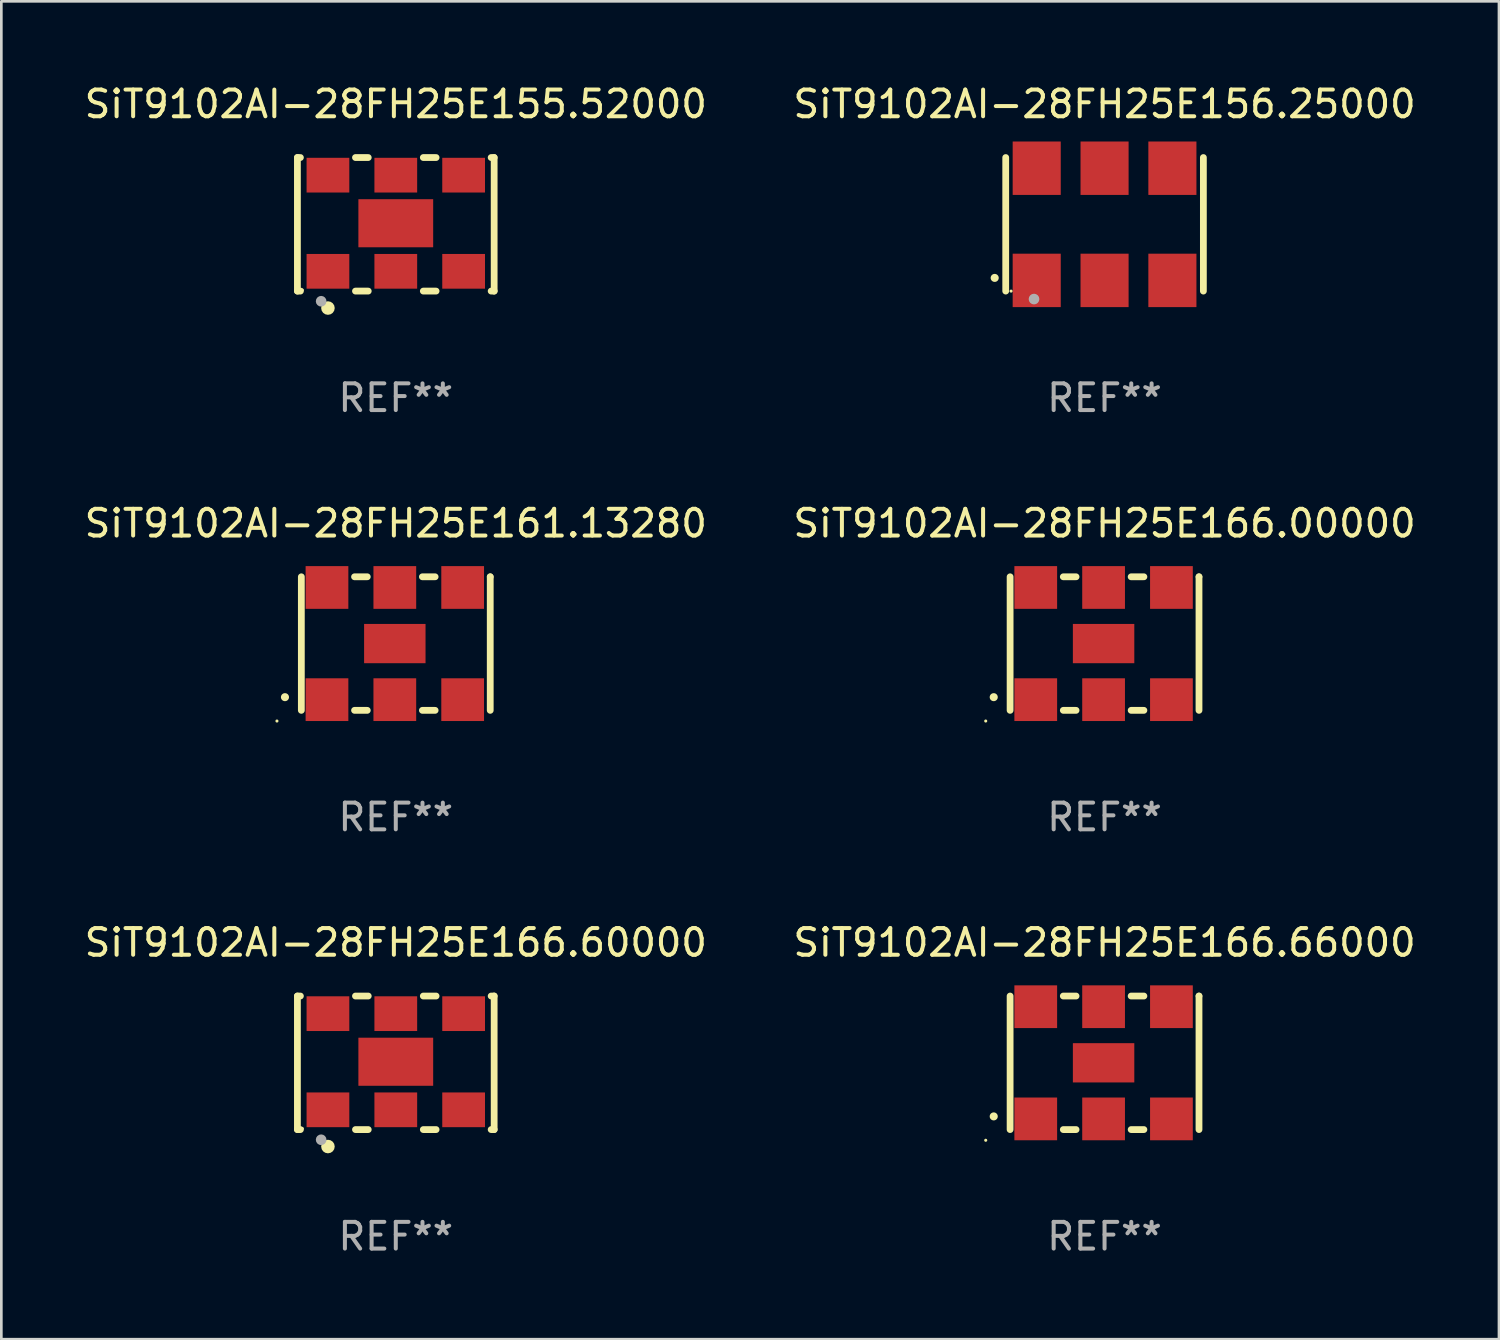
<source format=kicad_pcb>
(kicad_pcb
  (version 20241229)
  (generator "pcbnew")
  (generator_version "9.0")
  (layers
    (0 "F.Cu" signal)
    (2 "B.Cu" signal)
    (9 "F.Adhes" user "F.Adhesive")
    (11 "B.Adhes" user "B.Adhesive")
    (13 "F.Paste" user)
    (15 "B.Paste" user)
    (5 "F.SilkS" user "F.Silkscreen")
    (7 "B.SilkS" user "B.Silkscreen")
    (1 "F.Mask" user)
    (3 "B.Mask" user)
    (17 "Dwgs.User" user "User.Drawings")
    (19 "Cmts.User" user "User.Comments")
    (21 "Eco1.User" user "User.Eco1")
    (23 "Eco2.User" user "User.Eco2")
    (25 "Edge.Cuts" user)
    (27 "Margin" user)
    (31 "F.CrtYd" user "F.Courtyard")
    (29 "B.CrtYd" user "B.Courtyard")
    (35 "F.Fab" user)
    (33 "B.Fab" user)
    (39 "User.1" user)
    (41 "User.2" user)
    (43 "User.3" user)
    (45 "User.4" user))
  (footprint "SiT9102AI-28FH25E166.66000"
    (layer "F.Cu")
    (at 38.304 36.741)
    (property "Reference" "SiT9102AI-28FH25E166.66000" (at 0 -4.5 0) (layer "F.SilkS") (effects (font (size 1 1) (thickness 0.15))))
    (attr through_hole)
    (fp_line (start -3.536 -2.5) (end -3.536 2.5) (stroke (width 0.254) (type solid)) (layer "F.SilkS"))
    (fp_line (start -1.544 2.5) (end -1.067 2.5) (stroke (width 0.254) (type solid)) (layer "F.SilkS"))
    (fp_line (start -1.067 -2.5) (end -1.544 -2.5) (stroke (width 0.254) (type solid)) (layer "F.SilkS"))
    (fp_line (start 0.996 2.5) (end 1.473 2.5) (stroke (width 0.254) (type solid)) (layer "F.SilkS"))
    (fp_line (start 1.473 -2.5) (end 0.996 -2.5) (stroke (width 0.254) (type solid)) (layer "F.SilkS"))
    (fp_line (start 3.536 -2.5) (end 3.536 -2.5) (stroke (width 0.254) (type solid)) (layer "F.SilkS"))
    (fp_line (start 3.536 2.5) (end 3.536 -2.5) (stroke (width 0.254) (type solid)) (layer "F.SilkS"))
    (fp_arc (start -4.150432 2.006604) (mid -4.149162 2.006599) (end -4.147892 2.006604) (stroke (width 0.3) (type solid)) (layer "F.SilkS"))
    (fp_circle (center -4.449 2.9) (end -4.419 2.9) (stroke (width 0.06) (type solid)) (fill no) (layer "F.SilkS"))
    (fp_text user "REF**" (at 0 6.5 0) (layer "F.Fab") (effects (font (size 1 1) (thickness 0.15))))
    (pad "1" smd rect (at -2.576 2.1) (size 1.6 1.6) (layers "F.Cu" "F.Mask" "F.Paste"))
    (pad "2" smd rect (at -0.036 2.1) (size 1.6 1.6) (layers "F.Cu" "F.Mask" "F.Paste"))
    (pad "3" smd rect (at 2.504 2.1) (size 1.6 1.6) (layers "F.Cu" "F.Mask" "F.Paste"))
    (pad "4" smd rect (at 2.504 -2.1) (size 1.6 1.6) (layers "F.Cu" "F.Mask" "F.Paste"))
    (pad "5" smd rect (at -0.036 -2.1) (size 1.6 1.6) (layers "F.Cu" "F.Mask" "F.Paste"))
    (pad "6" smd rect (at -2.576 -2.1) (size 1.6 1.6) (layers "F.Cu" "F.Mask" "F.Paste"))
    (pad "7" smd rect (at -0.036 0) (size 2.3 1.47) (layers "F.Cu" "F.Mask" "F.Paste")))
  (footprint "SiT9102AI-28FH25E155.52000"
    (layer "F.Cu")
    (at 11.768 5.348)
    (property "Reference" "SiT9102AI-28FH25E155.52000" (at 0 -4.5 0) (layer "F.SilkS") (effects (font (size 1 1) (thickness 0.15))))
    (attr through_hole)
    (fp_line (start -3.683 -2.5) (end -3.571 -2.5) (stroke (width 0.254) (type solid)) (layer "F.SilkS"))
    (fp_line (start -3.683 2.5) (end -3.683 -2.5) (stroke (width 0.254) (type solid)) (layer "F.SilkS"))
    (fp_line (start -3.683 2.5) (end -3.571 2.5) (stroke (width 0.254) (type solid)) (layer "F.SilkS"))
    (fp_line (start -1.509 -2.5) (end -1.031 -2.5) (stroke (width 0.254) (type solid)) (layer "F.SilkS"))
    (fp_line (start -1.509 2.5) (end -1.031 2.5) (stroke (width 0.254) (type solid)) (layer "F.SilkS"))
    (fp_line (start 1.031 -2.5) (end 1.509 -2.5) (stroke (width 0.254) (type solid)) (layer "F.SilkS"))
    (fp_line (start 1.031 2.5) (end 1.509 2.5) (stroke (width 0.254) (type solid)) (layer "F.SilkS"))
    (fp_line (start 3.571 -2.5) (end 3.683 -2.5) (stroke (width 0.254) (type solid)) (layer "F.SilkS"))
    (fp_line (start 3.571 2.5) (end 3.683 2.5) (stroke (width 0.254) (type solid)) (layer "F.SilkS"))
    (fp_line (start 3.683 2.5) (end 3.683 -2.5) (stroke (width 0.254) (type solid)) (layer "F.SilkS"))
    (fp_circle (center -3.5 2.46) (end -3.47 2.46) (stroke (width 0.06) (type solid)) (fill no) (layer "F.SilkS"))
    (fp_circle (center -2.54 3.135) (end -2.413 3.135) (stroke (width 0.254) (type solid)) (fill no) (layer "F.SilkS"))
    (fp_circle (center -2.794 2.881) (end -2.694 2.881) (stroke (width 0.2) (type solid)) (fill no) (layer "F.Fab"))
    (fp_text user "REF**" (at 0 6.5 0) (layer "F.Fab") (effects (font (size 1 1) (thickness 0.15))))
    (pad "1" smd rect (at -2.54 1.76) (size 1.6 1.3) (layers "F.Cu" "F.Mask" "F.Paste"))
    (pad "2" smd rect (at 0 1.76) (size 1.6 1.3) (layers "F.Cu" "F.Mask" "F.Paste"))
    (pad "3" smd rect (at 2.54 1.76) (size 1.6 1.3) (layers "F.Cu" "F.Mask" "F.Paste"))
    (pad "4" smd rect (at 2.54 -1.84) (size 1.6 1.3) (layers "F.Cu" "F.Mask" "F.Paste"))
    (pad "5" smd rect (at 0 -1.84) (size 1.6 1.3) (layers "F.Cu" "F.Mask" "F.Paste"))
    (pad "6" smd rect (at -2.54 -1.84) (size 1.6 1.3) (layers "F.Cu" "F.Mask" "F.Paste"))
    (pad "7" smd rect (at 0 -0.04) (size 2.8 1.8) (layers "F.Cu" "F.Mask" "F.Paste")))
  (footprint "SiT9102AI-28FH25E166.00000"
    (layer "F.Cu")
    (at 38.304 21.045)
    (property "Reference" "SiT9102AI-28FH25E166.00000" (at 0 -4.5 0) (layer "F.SilkS") (effects (font (size 1 1) (thickness 0.15))))
    (attr through_hole)
    (fp_line (start -3.536 -2.5) (end -3.536 2.5) (stroke (width 0.254) (type solid)) (layer "F.SilkS"))
    (fp_line (start -1.544 2.5) (end -1.067 2.5) (stroke (width 0.254) (type solid)) (layer "F.SilkS"))
    (fp_line (start -1.067 -2.5) (end -1.544 -2.5) (stroke (width 0.254) (type solid)) (layer "F.SilkS"))
    (fp_line (start 0.996 2.5) (end 1.473 2.5) (stroke (width 0.254) (type solid)) (layer "F.SilkS"))
    (fp_line (start 1.473 -2.5) (end 0.996 -2.5) (stroke (width 0.254) (type solid)) (layer "F.SilkS"))
    (fp_line (start 3.536 -2.5) (end 3.536 -2.5) (stroke (width 0.254) (type solid)) (layer "F.SilkS"))
    (fp_line (start 3.536 2.5) (end 3.536 -2.5) (stroke (width 0.254) (type solid)) (layer "F.SilkS"))
    (fp_arc (start -4.150432 2.006604) (mid -4.149162 2.006599) (end -4.147892 2.006604) (stroke (width 0.3) (type solid)) (layer "F.SilkS"))
    (fp_circle (center -4.449 2.9) (end -4.419 2.9) (stroke (width 0.06) (type solid)) (fill no) (layer "F.SilkS"))
    (fp_text user "REF**" (at 0 6.5 0) (layer "F.Fab") (effects (font (size 1 1) (thickness 0.15))))
    (pad "1" smd rect (at -2.576 2.1) (size 1.6 1.6) (layers "F.Cu" "F.Mask" "F.Paste"))
    (pad "2" smd rect (at -0.036 2.1) (size 1.6 1.6) (layers "F.Cu" "F.Mask" "F.Paste"))
    (pad "3" smd rect (at 2.504 2.1) (size 1.6 1.6) (layers "F.Cu" "F.Mask" "F.Paste"))
    (pad "4" smd rect (at 2.504 -2.1) (size 1.6 1.6) (layers "F.Cu" "F.Mask" "F.Paste"))
    (pad "5" smd rect (at -0.036 -2.1) (size 1.6 1.6) (layers "F.Cu" "F.Mask" "F.Paste"))
    (pad "6" smd rect (at -2.576 -2.1) (size 1.6 1.6) (layers "F.Cu" "F.Mask" "F.Paste"))
    (pad "7" smd rect (at -0.036 0) (size 2.3 1.47) (layers "F.Cu" "F.Mask" "F.Paste")))
  (footprint "SiT9102AI-28FH25E156.25000"
    (layer "F.Cu")
    (at 38.304 5.348)
    (property "Reference" "SiT9102AI-28FH25E156.25000" (at 0 -4.5 0) (layer "F.SilkS") (effects (font (size 1 1) (thickness 0.15))))
    (attr through_hole)
    (fp_line (start -3.7 -2.5) (end -3.7 2.5) (stroke (width 0.254) (type solid)) (layer "F.SilkS"))
    (fp_line (start 3.7 -2.5) (end 3.7 2.5) (stroke (width 0.254) (type solid)) (layer "F.SilkS"))
    (fp_arc (start -4.114415 2.006604) (mid -4.113145 2.006599) (end -4.111875 2.006604) (stroke (width 0.3) (type solid)) (layer "F.SilkS"))
    (fp_circle (center -3.5 2.501) (end -3.47 2.501) (stroke (width 0.06) (type solid)) (fill no) (layer "F.SilkS"))
    (fp_circle (center -2.641 2.799) (end -2.541 2.799) (stroke (width 0.2) (type solid)) (fill no) (layer "F.Fab"))
    (fp_text user "REF**" (at 0 6.5 0) (layer "F.Fab") (effects (font (size 1 1) (thickness 0.15))))
    (pad "1" smd rect (at -2.54 2.1) (size 1.8 2) (layers "F.Cu" "F.Mask" "F.Paste"))
    (pad "2" smd rect (at 0.000394 2.1) (size 1.8 2) (layers "F.Cu" "F.Mask" "F.Paste"))
    (pad "3" smd rect (at 2.54 2.1) (size 1.8 2) (layers "F.Cu" "F.Mask" "F.Paste"))
    (pad "4" smd rect (at 2.54 -2.1) (size 1.8 2) (layers "F.Cu" "F.Mask" "F.Paste"))
    (pad "5" smd rect (at 0.000394 -2.1) (size 1.8 2) (layers "F.Cu" "F.Mask" "F.Paste"))
    (pad "6" smd rect (at -2.54 -2.1) (size 1.8 2) (layers "F.Cu" "F.Mask" "F.Paste")))
  (footprint "SiT9102AI-28FH25E166.60000"
    (layer "F.Cu")
    (at 11.768 36.741)
    (property "Reference" "SiT9102AI-28FH25E166.60000" (at 0 -4.5 0) (layer "F.SilkS") (effects (font (size 1 1) (thickness 0.15))))
    (attr through_hole)
    (fp_line (start -3.683 -2.5) (end -3.571 -2.5) (stroke (width 0.254) (type solid)) (layer "F.SilkS"))
    (fp_line (start -3.683 2.5) (end -3.683 -2.5) (stroke (width 0.254) (type solid)) (layer "F.SilkS"))
    (fp_line (start -3.683 2.5) (end -3.571 2.5) (stroke (width 0.254) (type solid)) (layer "F.SilkS"))
    (fp_line (start -1.509 -2.5) (end -1.031 -2.5) (stroke (width 0.254) (type solid)) (layer "F.SilkS"))
    (fp_line (start -1.509 2.5) (end -1.031 2.5) (stroke (width 0.254) (type solid)) (layer "F.SilkS"))
    (fp_line (start 1.031 -2.5) (end 1.509 -2.5) (stroke (width 0.254) (type solid)) (layer "F.SilkS"))
    (fp_line (start 1.031 2.5) (end 1.509 2.5) (stroke (width 0.254) (type solid)) (layer "F.SilkS"))
    (fp_line (start 3.571 -2.5) (end 3.683 -2.5) (stroke (width 0.254) (type solid)) (layer "F.SilkS"))
    (fp_line (start 3.571 2.5) (end 3.683 2.5) (stroke (width 0.254) (type solid)) (layer "F.SilkS"))
    (fp_line (start 3.683 2.5) (end 3.683 -2.5) (stroke (width 0.254) (type solid)) (layer "F.SilkS"))
    (fp_circle (center -3.5 2.46) (end -3.47 2.46) (stroke (width 0.06) (type solid)) (fill no) (layer "F.SilkS"))
    (fp_circle (center -2.54 3.135) (end -2.413 3.135) (stroke (width 0.254) (type solid)) (fill no) (layer "F.SilkS"))
    (fp_circle (center -2.794 2.881) (end -2.694 2.881) (stroke (width 0.2) (type solid)) (fill no) (layer "F.Fab"))
    (fp_text user "REF**" (at 0 6.5 0) (layer "F.Fab") (effects (font (size 1 1) (thickness 0.15))))
    (pad "1" smd rect (at -2.54 1.76) (size 1.6 1.3) (layers "F.Cu" "F.Mask" "F.Paste"))
    (pad "2" smd rect (at 0 1.76) (size 1.6 1.3) (layers "F.Cu" "F.Mask" "F.Paste"))
    (pad "3" smd rect (at 2.54 1.76) (size 1.6 1.3) (layers "F.Cu" "F.Mask" "F.Paste"))
    (pad "4" smd rect (at 2.54 -1.84) (size 1.6 1.3) (layers "F.Cu" "F.Mask" "F.Paste"))
    (pad "5" smd rect (at 0 -1.84) (size 1.6 1.3) (layers "F.Cu" "F.Mask" "F.Paste"))
    (pad "6" smd rect (at -2.54 -1.84) (size 1.6 1.3) (layers "F.Cu" "F.Mask" "F.Paste"))
    (pad "7" smd rect (at 0 -0.04) (size 2.8 1.8) (layers "F.Cu" "F.Mask" "F.Paste")))
  (footprint "SiT9102AI-28FH25E161.13280"
    (layer "F.Cu")
    (at 11.768 21.045)
    (property "Reference" "SiT9102AI-28FH25E161.13280" (at 0 -4.5 0) (layer "F.SilkS") (effects (font (size 1 1) (thickness 0.15))))
    (attr through_hole)
    (fp_line (start -3.536 -2.5) (end -3.536 2.5) (stroke (width 0.254) (type solid)) (layer "F.SilkS"))
    (fp_line (start -1.544 2.5) (end -1.067 2.5) (stroke (width 0.254) (type solid)) (layer "F.SilkS"))
    (fp_line (start -1.067 -2.5) (end -1.544 -2.5) (stroke (width 0.254) (type solid)) (layer "F.SilkS"))
    (fp_line (start 0.996 2.5) (end 1.473 2.5) (stroke (width 0.254) (type solid)) (layer "F.SilkS"))
    (fp_line (start 1.473 -2.5) (end 0.996 -2.5) (stroke (width 0.254) (type solid)) (layer "F.SilkS"))
    (fp_line (start 3.536 -2.5) (end 3.536 -2.5) (stroke (width 0.254) (type solid)) (layer "F.SilkS"))
    (fp_line (start 3.536 2.5) (end 3.536 -2.5) (stroke (width 0.254) (type solid)) (layer "F.SilkS"))
    (fp_arc (start -4.150432 2.006604) (mid -4.149162 2.006599) (end -4.147892 2.006604) (stroke (width 0.3) (type solid)) (layer "F.SilkS"))
    (fp_circle (center -4.449 2.9) (end -4.419 2.9) (stroke (width 0.06) (type solid)) (fill no) (layer "F.SilkS"))
    (fp_text user "REF**" (at 0 6.5 0) (layer "F.Fab") (effects (font (size 1 1) (thickness 0.15))))
    (pad "1" smd rect (at -2.576 2.1) (size 1.6 1.6) (layers "F.Cu" "F.Mask" "F.Paste"))
    (pad "2" smd rect (at -0.036 2.1) (size 1.6 1.6) (layers "F.Cu" "F.Mask" "F.Paste"))
    (pad "3" smd rect (at 2.504 2.1) (size 1.6 1.6) (layers "F.Cu" "F.Mask" "F.Paste"))
    (pad "4" smd rect (at 2.504 -2.1) (size 1.6 1.6) (layers "F.Cu" "F.Mask" "F.Paste"))
    (pad "5" smd rect (at -0.036 -2.1) (size 1.6 1.6) (layers "F.Cu" "F.Mask" "F.Paste"))
    (pad "6" smd rect (at -2.576 -2.1) (size 1.6 1.6) (layers "F.Cu" "F.Mask" "F.Paste"))
    (pad "7" smd rect (at -0.036 0) (size 2.3 1.47) (layers "F.Cu" "F.Mask" "F.Paste")))
  (gr_rect
    (start -3 -3)
    (end 53.071 47.09)
    (stroke (width 0.1) (type default))
    (fill no)
    (layer "Edge.Cuts")))
</source>
